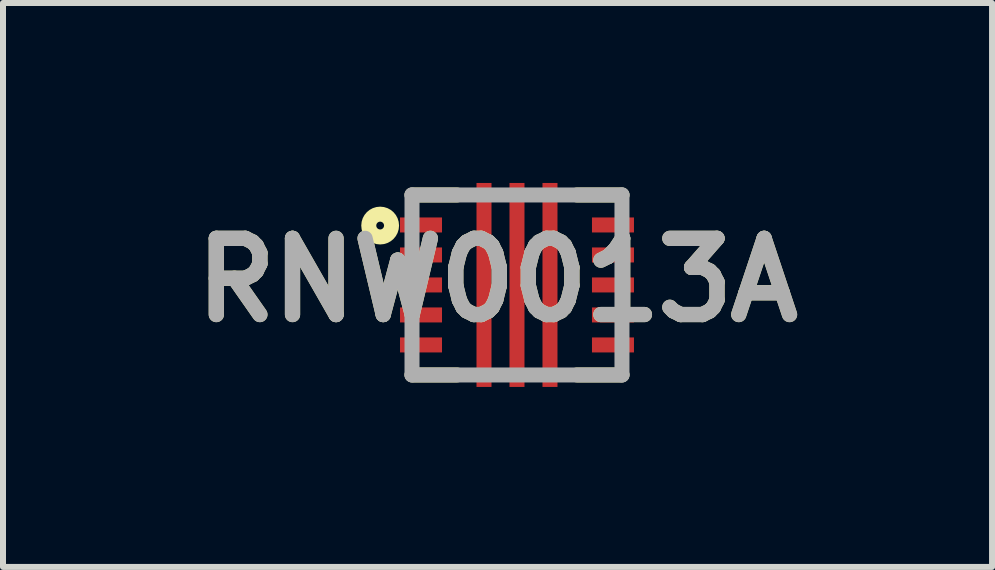
<source format=kicad_pcb>
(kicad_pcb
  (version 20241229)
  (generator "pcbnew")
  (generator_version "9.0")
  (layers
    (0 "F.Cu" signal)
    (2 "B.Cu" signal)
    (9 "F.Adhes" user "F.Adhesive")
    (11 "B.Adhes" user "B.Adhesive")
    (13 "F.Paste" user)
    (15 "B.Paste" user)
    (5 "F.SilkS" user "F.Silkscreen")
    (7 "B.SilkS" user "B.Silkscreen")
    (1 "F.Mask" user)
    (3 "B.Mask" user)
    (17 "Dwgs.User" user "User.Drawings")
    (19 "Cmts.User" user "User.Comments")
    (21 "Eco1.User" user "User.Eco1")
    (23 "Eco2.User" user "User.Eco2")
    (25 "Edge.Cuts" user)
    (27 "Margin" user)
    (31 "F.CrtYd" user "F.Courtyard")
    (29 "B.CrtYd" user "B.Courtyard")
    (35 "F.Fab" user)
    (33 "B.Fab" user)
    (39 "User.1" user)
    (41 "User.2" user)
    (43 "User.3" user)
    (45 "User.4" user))
  (footprint "RNW0013A"
    (layer "F.Cu")
    (at 5.568 1.7)
    (property "Reference" "RNW0013A" (at -0.325 -0.081 0) (layer "F.SilkS") (effects (font (size 1.27 1.27) (thickness 0.254))))
    (attr smd)
    (fp_line (start -1.75 -1.5) (end -1 -1.5) (stroke (width 0.25) (type solid)) (layer "F.SilkS"))
    (fp_line (start -1.75 1.5) (end -1 1.5) (stroke (width 0.25) (type solid)) (layer "F.SilkS"))
    (fp_line (start 1.75 -1.5) (end 1 -1.5) (stroke (width 0.25) (type solid)) (layer "F.SilkS"))
    (fp_line (start 1.75 1.5) (end 1 1.5) (stroke (width 0.25) (type solid)) (layer "F.SilkS"))
    (fp_circle (center -2.281 -0.99) (end -2.281 -0.925) (stroke (width 0.25) (type solid)) (fill no) (layer "F.SilkS"))
    (fp_line (start -1.75 -1.5) (end 1.75 -1.5) (stroke (width 0.25) (type solid)) (layer "F.Fab"))
    (fp_line (start -1.75 1.5) (end -1.75 -1.5) (stroke (width 0.25) (type solid)) (layer "F.Fab"))
    (fp_line (start 1.75 -1.5) (end 1.75 1.5) (stroke (width 0.25) (type solid)) (layer "F.Fab"))
    (fp_line (start 1.75 1.5) (end -1.75 1.5) (stroke (width 0.25) (type solid)) (layer "F.Fab"))
    (fp_text user "${REFERENCE}" (at -0.325 -0.081 0) (layer "F.Fab") (effects (font (size 1.27 1.27) (thickness 0.254))))
    (pad "1" smd rect (at -1.6 -1 90) (size 0.25 0.7) (layers "F.Cu" "F.Mask" "F.Paste"))
    (pad "2" smd rect (at -1.6 -0.5 90) (size 0.25 0.7) (layers "F.Cu" "F.Mask" "F.Paste"))
    (pad "3" smd rect (at -1.6 0 90) (size 0.25 0.7) (layers "F.Cu" "F.Mask" "F.Paste"))
    (pad "4" smd rect (at -1.6 0.5 90) (size 0.25 0.7) (layers "F.Cu" "F.Mask" "F.Paste"))
    (pad "5" smd rect (at -1.6 1 90) (size 0.25 0.7) (layers "F.Cu" "F.Mask" "F.Paste"))
    (pad "6" smd rect (at -0.55 0) (size 0.25 3.4) (layers "F.Cu" "F.Mask" "F.Paste"))
    (pad "7" smd rect (at 0 0) (size 0.25 3.4) (layers "F.Cu" "F.Mask" "F.Paste"))
    (pad "8" smd rect (at 0.55 0) (size 0.25 3.4) (layers "F.Cu" "F.Mask" "F.Paste"))
    (pad "9" smd rect (at 1.6 1 90) (size 0.25 0.7) (layers "F.Cu" "F.Mask" "F.Paste"))
    (pad "10" smd rect (at 1.6 0.5 90) (size 0.25 0.7) (layers "F.Cu" "F.Mask" "F.Paste"))
    (pad "11" smd rect (at 1.6 0 90) (size 0.25 0.7) (layers "F.Cu" "F.Mask" "F.Paste"))
    (pad "12" smd rect (at 1.6 -0.5 90) (size 0.25 0.7) (layers "F.Cu" "F.Mask" "F.Paste"))
    (pad "13" smd rect (at 1.6 -1 90) (size 0.25 0.7) (layers "F.Cu" "F.Mask" "F.Paste")))
  (gr_rect
    (start -3 -3)
    (end 13.487 6.4)
    (stroke (width 0.1) (type default))
    (fill no)
    (layer "Edge.Cuts")))
</source>
